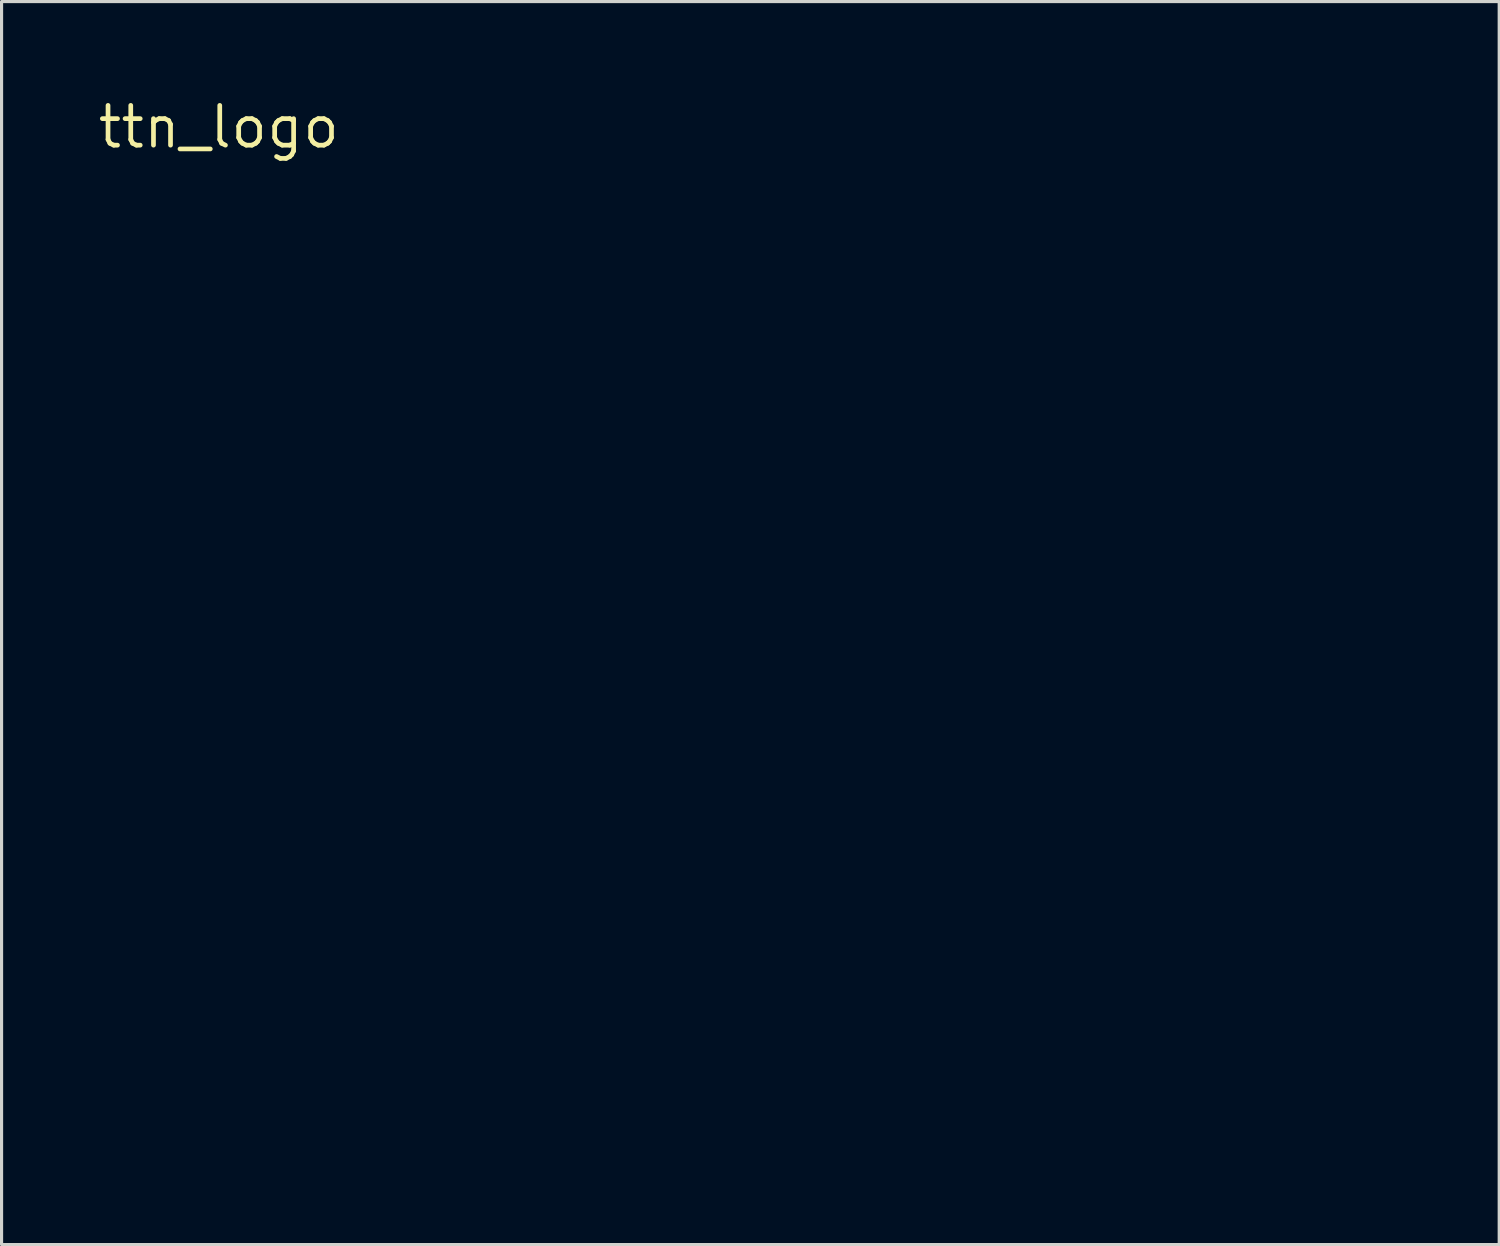
<source format=kicad_pcb>
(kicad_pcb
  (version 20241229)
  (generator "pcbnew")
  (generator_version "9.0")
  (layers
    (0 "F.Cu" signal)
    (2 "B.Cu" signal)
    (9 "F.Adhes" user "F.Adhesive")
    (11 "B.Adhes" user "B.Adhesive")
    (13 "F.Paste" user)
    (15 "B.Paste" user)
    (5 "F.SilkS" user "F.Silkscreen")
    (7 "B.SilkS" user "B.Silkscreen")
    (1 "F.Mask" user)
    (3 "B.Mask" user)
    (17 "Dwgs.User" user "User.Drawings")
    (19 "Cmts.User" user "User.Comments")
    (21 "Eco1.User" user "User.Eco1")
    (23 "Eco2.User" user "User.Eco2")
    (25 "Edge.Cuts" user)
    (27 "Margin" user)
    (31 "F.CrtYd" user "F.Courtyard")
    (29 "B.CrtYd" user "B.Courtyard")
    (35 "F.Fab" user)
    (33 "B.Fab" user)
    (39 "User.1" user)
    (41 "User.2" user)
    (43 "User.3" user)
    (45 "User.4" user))
  (footprint "ttn_logo"
    (layer "F.Cu")
    (at 3.938 1.006)
    (property "Reference" "ttn_logo" (at 0 0 0) (layer "F.SilkS") (effects (font (size 1.27 1.27) (thickness 0.15))))
    (attr through_hole)
    (fp_poly (pts (xy 29.083 29.845) (xy 28.363 29.845) (xy 28.363 26.882) (xy 29.083 26.882) (xy 29.083 29.845)) (stroke (width 0.01) (type solid)) (fill yes) (layer "F.Mask"))
    (fp_poly (pts (xy 16.764 27.474) (xy 16.044 27.474) (xy 16.044 29.845) (xy 15.367 29.845) (xy 15.367 27.474) (xy 14.647 27.474) (xy 14.647 26.882) (xy 16.764 26.882) (xy 16.764 27.474)) (stroke (width 0.01) (type solid)) (fill yes) (layer "F.Mask"))
    (fp_poly (pts (xy 22.775 31.242) (xy 22.354 31.242) (xy 22.342 31.951) (xy 22.331 32.66) (xy 22.13 32.673) (xy 21.929 32.686) (xy 21.929 31.242) (xy 21.505 31.242) (xy 21.505 30.861) (xy 22.775 30.861) (xy 22.775 31.242)) (stroke (width 0.01) (type solid)) (fill yes) (layer "F.Mask"))
    (fp_poly (pts (xy 17.822 28.067) (xy 18.754 28.067) (xy 18.754 26.882) (xy 19.473 26.882) (xy 19.473 29.845) (xy 18.754 29.845) (xy 18.754 28.66) (xy 17.822 28.66) (xy 17.822 29.845) (xy 17.145 29.845) (xy 17.145 26.882) (xy 17.822 26.882) (xy 17.822 28.067)) (stroke (width 0.01) (type solid)) (fill yes) (layer "F.Mask"))
    (fp_poly (pts (xy 21.717 27.474) (xy 20.701 27.474) (xy 20.701 28.067) (xy 21.717 28.067) (xy 21.717 28.66) (xy 20.701 28.66) (xy 20.701 29.252) (xy 21.717 29.252) (xy 21.717 29.845) (xy 20.024 29.845) (xy 20.024 26.882) (xy 21.717 26.882) (xy 21.717 27.474)) (stroke (width 0.01) (type solid)) (fill yes) (layer "F.Mask"))
    (fp_poly (pts (xy 25.104 27.474) (xy 24.426 27.474) (xy 24.426 29.845) (xy 23.707 29.845) (xy 23.707 27.474) (xy 22.976 27.474) (xy 23.003 27.342) (xy 23.021 27.206) (xy 23.029 27.055) (xy 23.029 27.046) (xy 23.029 26.882) (xy 25.104 26.882) (xy 25.104 27.474)) (stroke (width 0.01) (type solid)) (fill yes) (layer "F.Mask"))
    (fp_poly (pts (xy 26.162 28.067) (xy 27.093 28.067) (xy 27.093 26.882) (xy 27.813 26.882) (xy 27.813 29.845) (xy 27.093 29.845) (xy 27.093 28.66) (xy 26.162 28.66) (xy 26.162 29.845) (xy 25.485 29.845) (xy 25.485 26.882) (xy 26.162 26.882) (xy 26.162 28.067)) (stroke (width 0.01) (type solid)) (fill yes) (layer "F.Mask"))
    (fp_poly (pts (xy 31.433 28.615) (xy 31.461 28.415) (xy 31.471 28.302) (xy 31.48 28.125) (xy 31.487 27.905) (xy 31.491 27.661) (xy 31.492 27.548) (xy 31.496 26.882) (xy 32.173 26.882) (xy 32.173 29.845) (xy 31.469 29.845) (xy 30.374 28.116) (xy 30.347 28.483) (xy 30.335 28.686) (xy 30.325 28.935) (xy 30.317 29.194) (xy 30.315 29.348) (xy 30.311 29.845) (xy 29.633 29.845) (xy 29.633 26.882) (xy 30.332 26.882) (xy 31.433 28.615)) (stroke (width 0.01) (type solid)) (fill yes) (layer "F.Mask"))
    (fp_poly (pts (xy 19.558 31.242) (xy 18.918 31.242) (xy 18.944 31.559) (xy 19.23 31.572) (xy 19.516 31.585) (xy 19.516 31.915) (xy 19.23 31.928) (xy 18.944 31.941) (xy 18.944 32.279) (xy 19.253 32.292) (xy 19.563 32.304) (xy 19.537 32.66) (xy 19.048 32.672) (xy 18.852 32.674) (xy 18.688 32.672) (xy 18.574 32.664) (xy 18.529 32.654) (xy 18.52 32.605) (xy 18.513 32.484) (xy 18.506 32.304) (xy 18.502 32.079) (xy 18.5 31.82) (xy 18.5 31.743) (xy 18.5 30.861) (xy 19.558 30.861) (xy 19.558 31.242)) (stroke (width 0.01) (type solid)) (fill yes) (layer "F.Mask"))
    (fp_poly (pts (xy 36.5 31.208) (xy 36.513 31.555) (xy 37.091 30.861) (xy 37.32 30.861) (xy 37.447 30.868) (xy 37.53 30.885) (xy 37.55 30.902) (xy 37.523 30.948) (xy 37.452 31.044) (xy 37.346 31.173) (xy 37.232 31.307) (xy 37.106 31.455) (xy 37.003 31.583) (xy 36.936 31.674) (xy 36.915 31.714) (xy 36.941 31.76) (xy 37.014 31.856) (xy 37.122 31.99) (xy 37.256 32.148) (xy 37.294 32.193) (xy 37.673 32.628) (xy 37.516 32.654) (xy 37.366 32.676) (xy 37.254 32.678) (xy 37.161 32.65) (xy 37.069 32.584) (xy 36.958 32.471) (xy 36.824 32.318) (xy 36.513 31.954) (xy 36.491 32.307) (xy 36.47 32.66) (xy 36.269 32.673) (xy 36.068 32.686) (xy 36.068 30.861) (xy 36.488 30.861) (xy 36.5 31.208)) (stroke (width 0.01) (type solid)) (fill yes) (layer "F.Mask"))
    (fp_poly (pts (xy 15.642 31.398) (xy 15.981 31.937) (xy 15.993 31.399) (xy 16.005 30.861) (xy 16.425 30.861) (xy 16.425 31.776) (xy 16.425 32.078) (xy 16.423 32.305) (xy 16.418 32.467) (xy 16.411 32.575) (xy 16.399 32.637) (xy 16.383 32.664) (xy 16.362 32.666) (xy 16.358 32.665) (xy 16.272 32.647) (xy 16.15 32.639) (xy 16.136 32.639) (xy 16.073 32.636) (xy 16.02 32.621) (xy 15.968 32.582) (xy 15.905 32.508) (xy 15.822 32.388) (xy 15.707 32.211) (xy 15.663 32.143) (xy 15.346 31.647) (xy 15.325 32.154) (xy 15.303 32.66) (xy 15.102 32.673) (xy 14.958 32.671) (xy 14.886 32.642) (xy 14.879 32.63) (xy 14.873 32.571) (xy 14.868 32.443) (xy 14.866 32.257) (xy 14.866 32.028) (xy 14.868 31.769) (xy 14.869 31.728) (xy 14.88 30.882) (xy 15.092 30.87) (xy 15.303 30.858) (xy 15.642 31.398)) (stroke (width 0.01) (type solid)) (fill yes) (layer "F.Mask"))
    (fp_poly (pts (xy 34.72 15.406) (xy 35.102 15.525) (xy 35.503 15.709) (xy 35.904 15.949) (xy 36.288 16.233) (xy 36.569 16.484) (xy 36.968 16.93) (xy 37.294 17.417) (xy 37.545 17.943) (xy 37.72 18.504) (xy 37.818 19.099) (xy 37.832 19.285) (xy 37.838 19.591) (xy 37.826 19.894) (xy 37.797 20.175) (xy 37.753 20.414) (xy 37.696 20.591) (xy 37.692 20.6) (xy 37.586 20.737) (xy 37.436 20.812) (xy 37.261 20.821) (xy 37.08 20.76) (xy 37.056 20.746) (xy 36.964 20.678) (xy 36.909 20.596) (xy 36.887 20.483) (xy 36.893 20.321) (xy 36.917 20.131) (xy 36.955 19.716) (xy 36.95 19.291) (xy 36.905 18.882) (xy 36.821 18.517) (xy 36.799 18.448) (xy 36.585 17.95) (xy 36.304 17.5) (xy 36.061 17.207) (xy 35.737 16.899) (xy 35.391 16.647) (xy 35.001 16.437) (xy 34.608 16.278) (xy 34.398 16.19) (xy 34.261 16.098) (xy 34.187 15.99) (xy 34.163 15.856) (xy 34.163 15.847) (xy 34.196 15.642) (xy 34.288 15.494) (xy 34.434 15.408) (xy 34.626 15.391) (xy 34.72 15.406)) (stroke (width 0.01) (type solid)) (fill yes) (layer "F.Mask"))
    (fp_poly (pts (xy 34.345 16.863) (xy 34.645 16.935) (xy 34.956 17.076) (xy 35.265 17.273) (xy 35.556 17.516) (xy 35.814 17.793) (xy 36.025 18.092) (xy 36.108 18.248) (xy 36.286 18.707) (xy 36.38 19.168) (xy 36.389 19.631) (xy 36.389 19.632) (xy 36.355 19.923) (xy 36.298 20.139) (xy 36.216 20.289) (xy 36.105 20.379) (xy 36.084 20.388) (xy 35.928 20.438) (xy 35.799 20.432) (xy 35.677 20.381) (xy 35.591 20.325) (xy 35.533 20.255) (xy 35.5 20.158) (xy 35.487 20.016) (xy 35.49 19.815) (xy 35.497 19.672) (xy 35.508 19.447) (xy 35.508 19.282) (xy 35.495 19.148) (xy 35.467 19.022) (xy 35.439 18.927) (xy 35.314 18.631) (xy 35.141 18.355) (xy 34.937 18.128) (xy 34.883 18.081) (xy 34.771 18.003) (xy 34.624 17.916) (xy 34.464 17.829) (xy 34.313 17.756) (xy 34.194 17.708) (xy 34.137 17.695) (xy 34.078 17.669) (xy 33.992 17.603) (xy 33.979 17.592) (xy 33.904 17.502) (xy 33.872 17.394) (xy 33.867 17.292) (xy 33.878 17.15) (xy 33.925 17.047) (xy 33.996 16.967) (xy 34.08 16.891) (xy 34.155 16.857) (xy 34.256 16.854) (xy 34.345 16.863)) (stroke (width 0.01) (type solid)) (fill yes) (layer "F.Mask"))
    (fp_poly (pts (xy 29.955 30.87) (xy 30.111 30.905) (xy 30.246 30.976) (xy 30.365 31.07) (xy 30.528 31.255) (xy 30.624 31.471) (xy 30.659 31.734) (xy 30.66 31.774) (xy 30.624 32.057) (xy 30.519 32.294) (xy 30.351 32.479) (xy 30.128 32.606) (xy 29.854 32.667) (xy 29.839 32.668) (xy 29.673 32.674) (xy 29.547 32.657) (xy 29.419 32.609) (xy 29.337 32.568) (xy 29.188 32.481) (xy 29.088 32.385) (xy 29.001 32.247) (xy 28.985 32.216) (xy 28.917 32.07) (xy 28.884 31.945) (xy 28.876 31.8) (xy 28.879 31.743) (xy 29.335 31.743) (xy 29.36 31.93) (xy 29.423 32.087) (xy 29.483 32.161) (xy 29.625 32.238) (xy 29.789 32.261) (xy 29.945 32.231) (xy 30.046 32.163) (xy 30.165 31.981) (xy 30.21 31.78) (xy 30.182 31.578) (xy 30.08 31.395) (xy 30.057 31.37) (xy 29.915 31.271) (xy 29.754 31.242) (xy 29.595 31.277) (xy 29.46 31.369) (xy 29.368 31.514) (xy 29.355 31.558) (xy 29.335 31.743) (xy 28.879 31.743) (xy 28.88 31.699) (xy 28.897 31.521) (xy 28.933 31.39) (xy 28.998 31.269) (xy 29.023 31.234) (xy 29.2 31.037) (xy 29.41 30.916) (xy 29.663 30.865) (xy 29.747 30.862) (xy 29.955 30.87)) (stroke (width 0.01) (type solid)) (fill yes) (layer "F.Mask"))
    (fp_poly (pts (xy 33.379 30.876) (xy 33.594 30.917) (xy 33.748 30.996) (xy 33.847 31.116) (xy 33.866 31.156) (xy 33.907 31.347) (xy 33.888 31.544) (xy 33.814 31.719) (xy 33.744 31.801) (xy 33.662 31.88) (xy 33.616 31.937) (xy 33.613 31.947) (xy 33.638 31.99) (xy 33.706 32.082) (xy 33.805 32.207) (xy 33.871 32.288) (xy 33.98 32.425) (xy 34.061 32.536) (xy 34.104 32.607) (xy 34.107 32.625) (xy 34.054 32.639) (xy 33.946 32.65) (xy 33.861 32.654) (xy 33.638 32.66) (xy 33.403 32.353) (xy 33.168 32.046) (xy 33.157 32.184) (xy 33.145 32.319) (xy 33.127 32.474) (xy 33.123 32.501) (xy 33.099 32.681) (xy 32.91 32.681) (xy 32.78 32.67) (xy 32.707 32.638) (xy 32.7 32.627) (xy 32.694 32.57) (xy 32.69 32.442) (xy 32.688 32.256) (xy 32.688 32.028) (xy 32.69 31.77) (xy 32.691 31.728) (xy 32.695 31.437) (xy 33.105 31.437) (xy 33.105 31.675) (xy 33.221 31.645) (xy 33.326 31.608) (xy 33.39 31.572) (xy 33.429 31.5) (xy 33.443 31.408) (xy 33.407 31.289) (xy 33.306 31.217) (xy 33.192 31.2) (xy 33.142 31.209) (xy 33.116 31.25) (xy 33.106 31.343) (xy 33.105 31.437) (xy 32.695 31.437) (xy 32.703 30.882) (xy 33.093 30.87) (xy 33.379 30.876)) (stroke (width 0.01) (type solid)) (fill yes) (layer "F.Mask"))
    (fp_poly (pts (xy 34.233 26.848) (xy 34.427 26.872) (xy 34.572 26.903) (xy 34.708 26.956) (xy 34.856 27.036) (xy 34.995 27.127) (xy 35.107 27.217) (xy 35.171 27.292) (xy 35.179 27.318) (xy 35.152 27.372) (xy 35.082 27.469) (xy 34.983 27.588) (xy 34.971 27.601) (xy 34.763 27.834) (xy 34.623 27.692) (xy 34.47 27.562) (xy 34.316 27.494) (xy 34.127 27.474) (xy 34.121 27.474) (xy 33.919 27.496) (xy 33.758 27.57) (xy 33.64 27.67) (xy 33.501 27.84) (xy 33.416 28.029) (xy 33.372 28.266) (xy 33.369 28.307) (xy 33.362 28.476) (xy 33.38 28.606) (xy 33.432 28.743) (xy 33.459 28.801) (xy 33.606 29.027) (xy 33.785 29.175) (xy 33.998 29.246) (xy 34.093 29.252) (xy 34.33 29.219) (xy 34.518 29.119) (xy 34.625 29.003) (xy 34.698 28.887) (xy 34.715 28.811) (xy 34.668 28.768) (xy 34.55 28.748) (xy 34.396 28.744) (xy 34.078 28.744) (xy 34.078 28.152) (xy 35.433 28.152) (xy 35.433 28.526) (xy 35.43 28.72) (xy 35.415 28.861) (xy 35.383 28.981) (xy 35.327 29.111) (xy 35.303 29.16) (xy 35.121 29.441) (xy 34.888 29.654) (xy 34.606 29.798) (xy 34.273 29.874) (xy 34.041 29.887) (xy 33.852 29.882) (xy 33.709 29.861) (xy 33.575 29.815) (xy 33.451 29.758) (xy 33.167 29.571) (xy 32.938 29.332) (xy 32.769 29.054) (xy 32.659 28.747) (xy 32.612 28.424) (xy 32.628 28.099) (xy 32.71 27.782) (xy 32.86 27.486) (xy 33.069 27.233) (xy 33.335 27.025) (xy 33.624 26.896) (xy 33.948 26.842) (xy 34.039 26.84) (xy 34.233 26.848)) (stroke (width 0.01) (type solid)) (fill yes) (layer "F.Mask"))
    (fp_poly (pts (xy 37.167 26.845) (xy 37.426 26.906) (xy 37.474 26.923) (xy 37.644 26.992) (xy 37.741 27.055) (xy 37.773 27.131) (xy 37.748 27.237) (xy 37.678 27.386) (xy 37.611 27.515) (xy 37.559 27.607) (xy 37.533 27.644) (xy 37.533 27.644) (xy 37.488 27.628) (xy 37.393 27.587) (xy 37.332 27.56) (xy 37.137 27.494) (xy 36.956 27.474) (xy 36.802 27.496) (xy 36.689 27.555) (xy 36.632 27.649) (xy 36.634 27.744) (xy 36.664 27.8) (xy 36.734 27.863) (xy 36.854 27.94) (xy 37.037 28.04) (xy 37.121 28.084) (xy 37.419 28.25) (xy 37.64 28.406) (xy 37.787 28.556) (xy 37.865 28.704) (xy 37.871 28.725) (xy 37.883 28.824) (xy 37.886 28.971) (xy 37.881 29.1) (xy 37.861 29.277) (xy 37.819 29.407) (xy 37.745 29.525) (xy 37.743 29.528) (xy 37.572 29.686) (xy 37.341 29.805) (xy 37.064 29.879) (xy 36.759 29.904) (xy 36.474 29.882) (xy 36.339 29.849) (xy 36.177 29.793) (xy 36.012 29.723) (xy 35.863 29.649) (xy 35.753 29.58) (xy 35.703 29.53) (xy 35.714 29.475) (xy 35.758 29.374) (xy 35.821 29.249) (xy 35.891 29.123) (xy 35.957 29.02) (xy 36.004 28.962) (xy 36.015 28.956) (xy 36.06 28.975) (xy 36.156 29.026) (xy 36.264 29.086) (xy 36.495 29.189) (xy 36.716 29.239) (xy 36.858 29.248) (xy 36.951 29.232) (xy 37.032 29.183) (xy 37.061 29.159) (xy 37.15 29.049) (xy 37.157 28.94) (xy 37.082 28.831) (xy 36.923 28.718) (xy 36.903 28.707) (xy 36.651 28.566) (xy 36.462 28.456) (xy 36.324 28.369) (xy 36.226 28.298) (xy 36.156 28.233) (xy 36.101 28.168) (xy 36.085 28.146) (xy 35.979 27.924) (xy 35.948 27.689) (xy 35.99 27.455) (xy 36.099 27.235) (xy 36.272 27.044) (xy 36.466 26.912) (xy 36.661 26.848) (xy 36.904 26.825) (xy 37.167 26.845)) (stroke (width 0.01) (type solid)) (fill yes) (layer "F.Mask"))
    (fp_poly (pts (xy 25.184 31.433) (xy 25.235 31.639) (xy 25.281 31.812) (xy 25.316 31.937) (xy 25.337 32) (xy 25.34 32.004) (xy 25.356 31.976) (xy 25.385 31.89) (xy 25.429 31.738) (xy 25.49 31.516) (xy 25.57 31.217) (xy 25.571 31.21) (xy 25.617 31.041) (xy 25.652 30.938) (xy 25.687 30.885) (xy 25.732 30.864) (xy 25.8 30.861) (xy 25.804 30.861) (xy 25.908 30.873) (xy 25.971 30.903) (xy 25.973 30.905) (xy 25.993 30.961) (xy 26.03 31.082) (xy 26.079 31.25) (xy 26.133 31.45) (xy 26.142 31.481) (xy 26.196 31.681) (xy 26.244 31.849) (xy 26.28 31.971) (xy 26.3 32.029) (xy 26.302 32.031) (xy 26.318 31.999) (xy 26.35 31.899) (xy 26.393 31.745) (xy 26.445 31.55) (xy 26.466 31.466) (xy 26.611 30.882) (xy 26.831 30.869) (xy 26.962 30.866) (xy 27.029 30.88) (xy 27.051 30.916) (xy 27.051 30.926) (xy 27.04 30.989) (xy 27.009 31.118) (xy 26.963 31.297) (xy 26.905 31.512) (xy 26.864 31.659) (xy 26.797 31.899) (xy 26.734 32.124) (xy 26.68 32.316) (xy 26.642 32.456) (xy 26.629 32.503) (xy 26.581 32.685) (xy 26.344 32.673) (xy 26.106 32.66) (xy 25.987 32.241) (xy 25.936 32.061) (xy 25.892 31.91) (xy 25.862 31.808) (xy 25.852 31.776) (xy 25.834 31.792) (xy 25.798 31.876) (xy 25.752 32.01) (xy 25.721 32.11) (xy 25.652 32.341) (xy 25.598 32.502) (xy 25.549 32.605) (xy 25.493 32.661) (xy 25.421 32.679) (xy 25.32 32.672) (xy 25.188 32.652) (xy 25.15 32.641) (xy 25.117 32.615) (xy 25.084 32.562) (xy 25.047 32.472) (xy 25.001 32.334) (xy 24.942 32.137) (xy 24.866 31.87) (xy 24.858 31.843) (xy 24.787 31.592) (xy 24.723 31.363) (xy 24.669 31.171) (xy 24.63 31.032) (xy 24.611 30.958) (xy 24.61 30.956) (xy 24.602 30.901) (xy 24.627 30.873) (xy 24.703 30.862) (xy 24.815 30.861) (xy 25.043 30.861) (xy 25.184 31.433)) (stroke (width 0.01) (type solid)) (fill yes) (layer "F.Mask"))
    (fp_poly (pts (xy 27.334 14.799) (xy 27.666 14.826) (xy 27.952 14.872) (xy 28.029 14.891) (xy 28.572 15.083) (xy 29.075 15.346) (xy 29.531 15.676) (xy 29.934 16.068) (xy 30.279 16.516) (xy 30.56 17.015) (xy 30.663 17.251) (xy 30.734 17.44) (xy 30.794 17.622) (xy 30.834 17.768) (xy 30.843 17.813) (xy 30.868 17.928) (xy 30.894 18.002) (xy 30.903 18.013) (xy 30.953 18.004) (xy 31.057 17.963) (xy 31.195 17.899) (xy 31.226 17.883) (xy 31.407 17.799) (xy 31.597 17.723) (xy 31.75 17.673) (xy 31.994 17.631) (xy 32.283 17.614) (xy 32.581 17.623) (xy 32.854 17.657) (xy 32.95 17.678) (xy 33.36 17.824) (xy 33.749 18.042) (xy 34.106 18.32) (xy 34.422 18.646) (xy 34.684 19.01) (xy 34.881 19.401) (xy 34.987 19.732) (xy 35.046 20.134) (xy 35.041 20.538) (xy 34.972 20.926) (xy 34.843 21.277) (xy 34.797 21.365) (xy 34.674 21.584) (xy 34.895 21.708) (xy 35.177 21.912) (xy 35.422 22.175) (xy 35.615 22.478) (xy 35.746 22.804) (xy 35.799 23.078) (xy 35.798 23.497) (xy 35.718 23.9) (xy 35.565 24.278) (xy 35.346 24.623) (xy 35.067 24.925) (xy 34.732 25.176) (xy 34.349 25.368) (xy 34.196 25.422) (xy 33.862 25.527) (xy 25.345 25.524) (xy 24.329 25.524) (xy 23.394 25.523) (xy 22.537 25.523) (xy 21.754 25.522) (xy 21.043 25.521) (xy 20.4 25.52) (xy 19.821 25.518) (xy 19.303 25.516) (xy 18.842 25.514) (xy 18.436 25.512) (xy 18.081 25.509) (xy 17.774 25.506) (xy 17.511 25.503) (xy 17.288 25.499) (xy 17.103 25.494) (xy 16.953 25.49) (xy 16.832 25.484) (xy 16.74 25.478) (xy 16.671 25.472) (xy 16.622 25.465) (xy 16.6 25.46) (xy 16.192 25.308) (xy 15.815 25.084) (xy 15.481 24.797) (xy 15.197 24.459) (xy 14.975 24.078) (xy 14.822 23.665) (xy 14.817 23.643) (xy 14.74 23.187) (xy 14.743 22.74) (xy 14.819 22.309) (xy 14.965 21.904) (xy 15.177 21.532) (xy 15.449 21.201) (xy 15.777 20.92) (xy 16.158 20.696) (xy 16.466 20.574) (xy 16.758 20.481) (xy 16.845 20.199) (xy 17.012 19.793) (xy 17.252 19.422) (xy 17.557 19.094) (xy 17.92 18.816) (xy 18.333 18.594) (xy 18.698 18.461) (xy 18.854 18.412) (xy 18.948 18.371) (xy 18.998 18.326) (xy 19.023 18.263) (xy 19.029 18.234) (xy 19.101 18.009) (xy 19.224 17.758) (xy 19.381 17.507) (xy 19.557 17.282) (xy 19.623 17.212) (xy 19.971 16.92) (xy 20.354 16.706) (xy 20.77 16.569) (xy 21.22 16.51) (xy 21.336 16.507) (xy 21.787 16.544) (xy 22.198 16.656) (xy 22.569 16.842) (xy 22.901 17.104) (xy 23.139 17.369) (xy 23.296 17.571) (xy 23.369 17.364) (xy 23.558 16.931) (xy 23.814 16.503) (xy 24.121 16.101) (xy 24.464 15.747) (xy 24.596 15.633) (xy 24.837 15.461) (xy 25.133 15.287) (xy 25.457 15.123) (xy 25.782 14.985) (xy 26.056 14.893) (xy 26.316 14.839) (xy 26.633 14.806) (xy 26.981 14.792) (xy 27.334 14.799)) (stroke (width 0.01) (type solid)) (fill yes) (layer "F.Mask")))
  (gr_rect
    (start -3 -3)
    (end 44.829 36.697)
    (stroke (width 0.1) (type default))
    (fill no)
    (layer "Edge.Cuts")))
</source>
